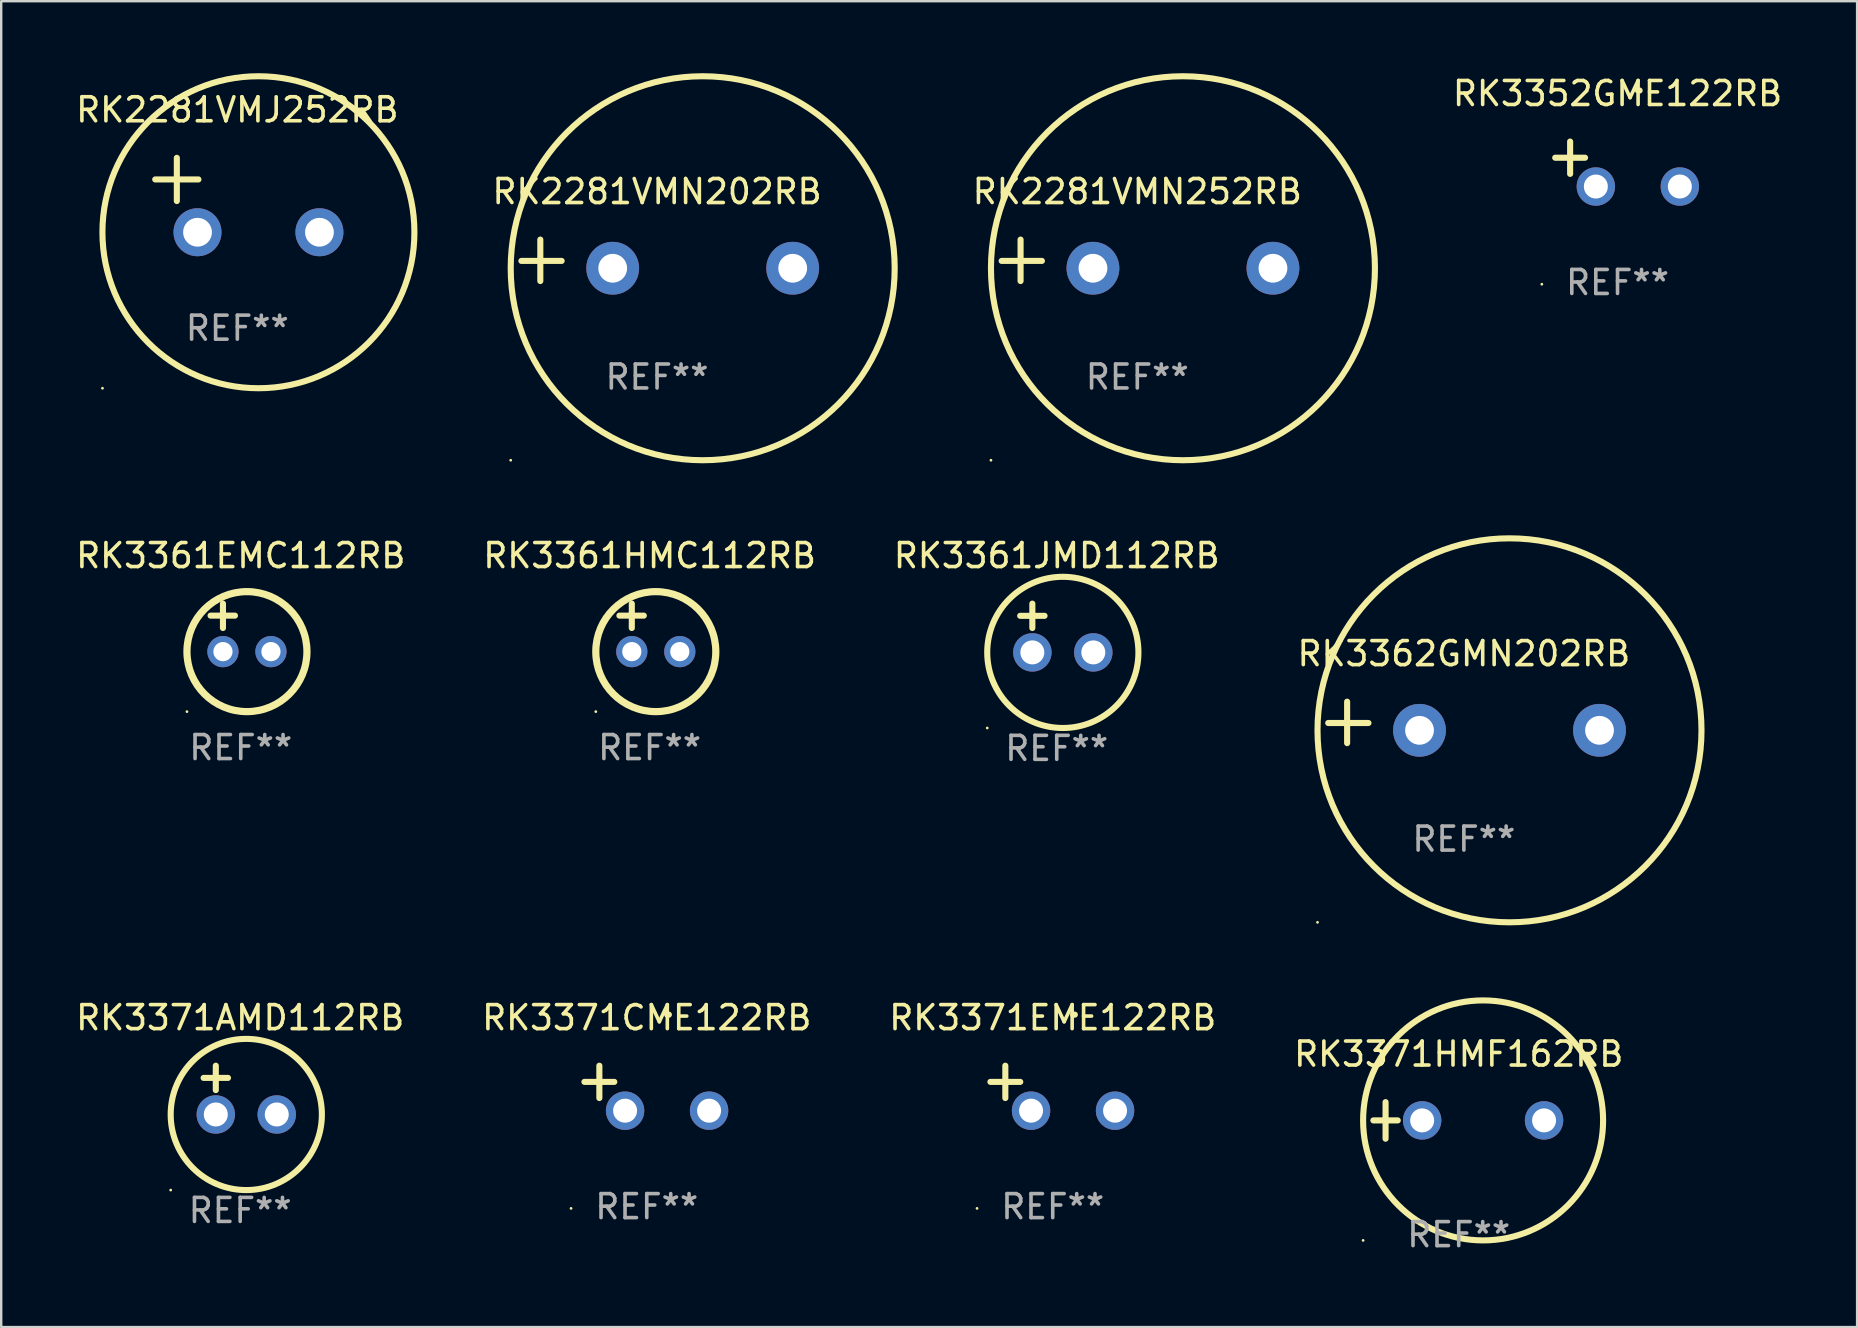
<source format=kicad_pcb>
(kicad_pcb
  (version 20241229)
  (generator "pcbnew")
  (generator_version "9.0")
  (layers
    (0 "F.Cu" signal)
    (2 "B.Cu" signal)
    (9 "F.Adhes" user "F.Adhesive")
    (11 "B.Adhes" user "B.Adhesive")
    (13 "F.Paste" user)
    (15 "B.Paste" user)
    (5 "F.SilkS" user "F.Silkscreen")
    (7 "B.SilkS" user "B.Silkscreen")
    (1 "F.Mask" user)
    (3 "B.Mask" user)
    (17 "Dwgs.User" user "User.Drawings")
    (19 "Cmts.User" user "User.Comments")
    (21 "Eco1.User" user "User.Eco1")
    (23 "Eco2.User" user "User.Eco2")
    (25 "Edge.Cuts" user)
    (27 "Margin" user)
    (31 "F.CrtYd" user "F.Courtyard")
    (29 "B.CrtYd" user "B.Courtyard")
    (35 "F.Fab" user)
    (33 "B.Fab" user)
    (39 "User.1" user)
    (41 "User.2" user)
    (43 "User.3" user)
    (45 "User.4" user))
  (footprint "RK3362GMN202RB"
    (layer "F.Cu")
    (at 57.946 27.051)
    (property "Reference" "RK3362GMN202RB" (at 0 -2.864 0) (layer "F.SilkS") (effects (font (size 1 1) (thickness 0.15))))
    (attr through_hole)
    (fp_line (start -4.864 0.864) (end -4.864 -0.864) (stroke (width 0.254) (type solid)) (layer "F.SilkS"))
    (fp_line (start -3.975 0.025) (end -5.652 0.025) (stroke (width 0.254) (type solid)) (layer "F.SilkS"))
    (fp_circle (center -6.098 8.33) (end -6.068 8.33) (stroke (width 0.06) (type solid)) (fill no) (layer "F.SilkS"))
    (fp_circle (center 1.902 0.33) (end 9.902 0.33) (stroke (width 0.254) (type solid)) (fill no) (layer "F.SilkS"))
    (fp_text user "REF**" (at 0 4.864 0) (layer "F.Fab") (effects (font (size 1 1) (thickness 0.15))))
    (pad "1" thru_hole circle (at -1.848 0.33) (size 2.2 2.2) (drill 1.2) (layers "*.Cu" "*.Mask"))
    (pad "2" thru_hole circle (at 5.652 0.33) (size 2.2 2.2) (drill 1.2) (layers "*.Cu" "*.Mask")))
  (footprint "RK2281VMJ252RB"
    (layer "F.Cu")
    (at 6.839 5.077)
    (property "Reference" "RK2281VMJ252RB" (at 0 -3.55 0) (layer "F.SilkS") (effects (font (size 1 1) (thickness 0.15))))
    (attr through_hole)
    (fp_line (start -3.421 -0.65) (end -1.621 -0.65) (stroke (width 0.254) (type solid)) (layer "F.SilkS"))
    (fp_line (start -2.521 -1.55) (end -2.521 0.25) (stroke (width 0.254) (type solid)) (layer "F.SilkS"))
    (fp_circle (center -5.619 8.05) (end -5.589 8.05) (stroke (width 0.06) (type solid)) (fill no) (layer "F.SilkS"))
    (fp_circle (center 0.879 1.55) (end 7.379 1.55) (stroke (width 0.254) (type solid)) (fill no) (layer "F.SilkS"))
    (fp_text user "REF**" (at 0 5.55 0) (layer "F.Fab") (effects (font (size 1 1) (thickness 0.15))))
    (pad "1" thru_hole circle (at -1.659 1.55) (size 2 2) (drill 1.2) (layers "*.Cu" "*.Mask"))
    (pad "2" thru_hole circle (at 3.421 1.55) (size 2 2) (drill 1.2) (layers "*.Cu" "*.Mask")))
  (footprint "RK3352GME122RB"
    (layer "F.Cu")
    (at 64.349 3.785)
    (property "Reference" "RK3352GME122RB" (at 0 -2.937 0) (layer "F.SilkS") (effects (font (size 1 1) (thickness 0.15))))
    (attr through_hole)
    (fp_line (start -1.975 0.41) (end -1.975 -0.937) (stroke (width 0.254) (type solid)) (layer "F.SilkS"))
    (fp_line (start -1.353 -0.263) (end -2.597 -0.263) (stroke (width 0.254) (type solid)) (layer "F.SilkS"))
    (fp_arc (start 0.849809 -3.063957) (mid 0.885369 -3.064114) (end 0.920929 -3.063957) (stroke (width 0.254001) (type solid)) (layer "F.SilkS"))
    (fp_circle (center -3.154 5.008) (end -3.124 5.008) (stroke (width 0.06) (type solid)) (fill no) (layer "F.SilkS"))
    (fp_text user "REF**" (at 0 4.937 0) (layer "F.Fab") (effects (font (size 1 1) (thickness 0.15))))
    (pad "1" thru_hole circle (at -0.903 0.937) (size 1.6 1.6) (drill 1) (layers "*.Cu" "*.Mask"))
    (pad "2" thru_hole circle (at 2.597 0.937) (size 1.6 1.6) (drill 1) (layers "*.Cu" "*.Mask")))
  (footprint "RK3371CME122RB"
    (layer "F.Cu")
    (at 23.899 42.293)
    (property "Reference" "RK3371CME122RB" (at 0 -2.937 0) (layer "F.SilkS") (effects (font (size 1 1) (thickness 0.15))))
    (attr through_hole)
    (fp_line (start -1.975 0.41) (end -1.975 -0.937) (stroke (width 0.254) (type solid)) (layer "F.SilkS"))
    (fp_line (start -1.353 -0.263) (end -2.597 -0.263) (stroke (width 0.254) (type solid)) (layer "F.SilkS"))
    (fp_arc (start 0.849809 -3.063957) (mid 0.885369 -3.064114) (end 0.920929 -3.063957) (stroke (width 0.254001) (type solid)) (layer "F.SilkS"))
    (fp_circle (center -3.154 5.008) (end -3.124 5.008) (stroke (width 0.06) (type solid)) (fill no) (layer "F.SilkS"))
    (fp_text user "REF**" (at 0 4.937 0) (layer "F.Fab") (effects (font (size 1 1) (thickness 0.15))))
    (pad "1" thru_hole circle (at -0.903 0.937) (size 1.6 1.6) (drill 1) (layers "*.Cu" "*.Mask"))
    (pad "2" thru_hole circle (at 2.597 0.937) (size 1.6 1.6) (drill 1) (layers "*.Cu" "*.Mask")))
  (footprint "RK3361HMC112RB"
    (layer "F.Cu")
    (at 24.018 23.102)
    (property "Reference" "RK3361HMC112RB" (at 0 -3 0) (layer "F.SilkS") (effects (font (size 1 1) (thickness 0.15))))
    (attr through_hole)
    (fp_line (start -1.258 -0.5) (end -0.242 -0.5) (stroke (width 0.254) (type solid)) (layer "F.SilkS"))
    (fp_line (start -0.742 -1) (end -0.742 0.016) (stroke (width 0.254) (type solid)) (layer "F.SilkS"))
    (fp_circle (center -2.242 3.5) (end -2.212 3.5) (stroke (width 0.06) (type solid)) (fill no) (layer "F.SilkS"))
    (fp_circle (center 0.258 1) (end 2.758 1) (stroke (width 0.3) (type solid)) (fill no) (layer "F.SilkS"))
    (fp_text user "REF**" (at 0 5 0) (layer "F.Fab") (effects (font (size 1 1) (thickness 0.15))))
    (pad "1" thru_hole circle (at -0.742 1) (size 1.3 1.3) (drill 0.8) (layers "*.Cu" "*.Mask"))
    (pad "2" thru_hole circle (at 1.258 1) (size 1.3 1.3) (drill 0.8) (layers "*.Cu" "*.Mask")))
  (footprint "RK3371EME122RB"
    (layer "F.Cu")
    (at 40.815 42.293)
    (property "Reference" "RK3371EME122RB" (at 0 -2.937 0) (layer "F.SilkS") (effects (font (size 1 1) (thickness 0.15))))
    (attr through_hole)
    (fp_line (start -1.975 0.41) (end -1.975 -0.937) (stroke (width 0.254) (type solid)) (layer "F.SilkS"))
    (fp_line (start -1.353 -0.263) (end -2.597 -0.263) (stroke (width 0.254) (type solid)) (layer "F.SilkS"))
    (fp_arc (start 0.849809 -3.063957) (mid 0.885369 -3.064114) (end 0.920929 -3.063957) (stroke (width 0.254001) (type solid)) (layer "F.SilkS"))
    (fp_circle (center -3.154 5.008) (end -3.124 5.008) (stroke (width 0.06) (type solid)) (fill no) (layer "F.SilkS"))
    (fp_text user "REF**" (at 0 4.937 0) (layer "F.Fab") (effects (font (size 1 1) (thickness 0.15))))
    (pad "1" thru_hole circle (at -0.903 0.937) (size 1.6 1.6) (drill 1) (layers "*.Cu" "*.Mask"))
    (pad "2" thru_hole circle (at 2.597 0.937) (size 1.6 1.6) (drill 1) (layers "*.Cu" "*.Mask")))
  (footprint "RK3371HMF162RB"
    (layer "F.Cu")
    (at 57.732 43.635)
    (property "Reference" "RK3371HMF162RB" (at 0 -2.762 0) (layer "F.SilkS") (effects (font (size 1 1) (thickness 0.15))))
    (attr through_hole)
    (fp_line (start -3.556 0) (end -2.54 0) (stroke (width 0.254) (type solid)) (layer "F.SilkS"))
    (fp_line (start -3.048 -0.762) (end -3.048 0.762) (stroke (width 0.254) (type solid)) (layer "F.SilkS"))
    (fp_circle (center -3.984 5) (end -3.954 5) (stroke (width 0.06) (type solid)) (fill no) (layer "F.SilkS"))
    (fp_circle (center 1.016 0) (end 6.016 0) (stroke (width 0.254) (type solid)) (fill no) (layer "F.SilkS"))
    (fp_text user "REF**" (at 0 4.762 0) (layer "F.Fab") (effects (font (size 1 1) (thickness 0.15))))
    (pad "1" thru_hole circle (at -1.524 0) (size 1.6 1.6) (drill 1) (layers "*.Cu" "*.Mask"))
    (pad "2" thru_hole circle (at 3.556 0) (size 1.6 1.6) (drill 1) (layers "*.Cu" "*.Mask")))
  (footprint "RK2281VMN252RB"
    (layer "F.Cu")
    (at 44.339 7.797)
    (property "Reference" "RK2281VMN252RB" (at 0 -2.864 0) (layer "F.SilkS") (effects (font (size 1 1) (thickness 0.15))))
    (attr through_hole)
    (fp_line (start -4.864 0.864) (end -4.864 -0.864) (stroke (width 0.254) (type solid)) (layer "F.SilkS"))
    (fp_line (start -3.975 0.025) (end -5.652 0.025) (stroke (width 0.254) (type solid)) (layer "F.SilkS"))
    (fp_circle (center -6.098 8.33) (end -6.068 8.33) (stroke (width 0.06) (type solid)) (fill no) (layer "F.SilkS"))
    (fp_circle (center 1.902 0.33) (end 9.902 0.33) (stroke (width 0.254) (type solid)) (fill no) (layer "F.SilkS"))
    (fp_text user "REF**" (at 0 4.864 0) (layer "F.Fab") (effects (font (size 1 1) (thickness 0.15))))
    (pad "1" thru_hole circle (at -1.848 0.33) (size 2.2 2.2) (drill 1.2) (layers "*.Cu" "*.Mask"))
    (pad "2" thru_hole circle (at 5.652 0.33) (size 2.2 2.2) (drill 1.2) (layers "*.Cu" "*.Mask")))
  (footprint "RK3371AMD112RB"
    (layer "F.Cu")
    (at 6.958 42.372)
    (property "Reference" "RK3371AMD112RB" (at 0 -3.016 0) (layer "F.SilkS") (effects (font (size 1 1) (thickness 0.15))))
    (attr through_hole)
    (fp_line (start -1.524 -0.508) (end -0.508 -0.508) (stroke (width 0.254) (type solid)) (layer "F.SilkS"))
    (fp_line (start -1.016 -1.016) (end -1.016 0) (stroke (width 0.254) (type solid)) (layer "F.SilkS"))
    (fp_circle (center -2.896 4.166) (end -2.866 4.166) (stroke (width 0.06) (type solid)) (fill no) (layer "F.SilkS"))
    (fp_circle (center 0.254 1.016) (end 3.404 1.016) (stroke (width 0.254) (type solid)) (fill no) (layer "F.SilkS"))
    (fp_text user "REF**" (at 0 5.016 0) (layer "F.Fab") (effects (font (size 1 1) (thickness 0.15))))
    (pad "1" thru_hole circle (at -1.016 1.016) (size 1.6 1.6) (drill 1) (layers "*.Cu" "*.Mask"))
    (pad "2" thru_hole circle (at 1.524 1.016) (size 1.6 1.6) (drill 1) (layers "*.Cu" "*.Mask")))
  (footprint "RK2281VMN202RB"
    (layer "F.Cu")
    (at 24.328 7.797)
    (property "Reference" "RK2281VMN202RB" (at 0 -2.864 0) (layer "F.SilkS") (effects (font (size 1 1) (thickness 0.15))))
    (attr through_hole)
    (fp_line (start -4.864 0.864) (end -4.864 -0.864) (stroke (width 0.254) (type solid)) (layer "F.SilkS"))
    (fp_line (start -3.975 0.025) (end -5.652 0.025) (stroke (width 0.254) (type solid)) (layer "F.SilkS"))
    (fp_circle (center -6.098 8.33) (end -6.068 8.33) (stroke (width 0.06) (type solid)) (fill no) (layer "F.SilkS"))
    (fp_circle (center 1.902 0.33) (end 9.902 0.33) (stroke (width 0.254) (type solid)) (fill no) (layer "F.SilkS"))
    (fp_text user "REF**" (at 0 4.864 0) (layer "F.Fab") (effects (font (size 1 1) (thickness 0.15))))
    (pad "1" thru_hole circle (at -1.848 0.33) (size 2.2 2.2) (drill 1.2) (layers "*.Cu" "*.Mask"))
    (pad "2" thru_hole circle (at 5.652 0.33) (size 2.2 2.2) (drill 1.2) (layers "*.Cu" "*.Mask")))
  (footprint "RK3361EMC112RB"
    (layer "F.Cu")
    (at 6.982 23.102)
    (property "Reference" "RK3361EMC112RB" (at 0 -3 0) (layer "F.SilkS") (effects (font (size 1 1) (thickness 0.15))))
    (attr through_hole)
    (fp_line (start -1.258 -0.5) (end -0.242 -0.5) (stroke (width 0.254) (type solid)) (layer "F.SilkS"))
    (fp_line (start -0.742 -1) (end -0.742 0.016) (stroke (width 0.254) (type solid)) (layer "F.SilkS"))
    (fp_circle (center -2.242 3.5) (end -2.212 3.5) (stroke (width 0.06) (type solid)) (fill no) (layer "F.SilkS"))
    (fp_circle (center 0.258 1) (end 2.758 1) (stroke (width 0.3) (type solid)) (fill no) (layer "F.SilkS"))
    (fp_text user "REF**" (at 0 5 0) (layer "F.Fab") (effects (font (size 1 1) (thickness 0.15))))
    (pad "1" thru_hole circle (at -0.742 1) (size 1.3 1.3) (drill 0.8) (layers "*.Cu" "*.Mask"))
    (pad "2" thru_hole circle (at 1.258 1) (size 1.3 1.3) (drill 0.8) (layers "*.Cu" "*.Mask")))
  (footprint "RK3361JMD112RB"
    (layer "F.Cu")
    (at 40.982 23.118)
    (property "Reference" "RK3361JMD112RB" (at 0 -3.016 0) (layer "F.SilkS") (effects (font (size 1 1) (thickness 0.15))))
    (attr through_hole)
    (fp_line (start -1.524 -0.508) (end -0.508 -0.508) (stroke (width 0.254) (type solid)) (layer "F.SilkS"))
    (fp_line (start -1.016 -1.016) (end -1.016 0) (stroke (width 0.254) (type solid)) (layer "F.SilkS"))
    (fp_circle (center -2.896 4.166) (end -2.866 4.166) (stroke (width 0.06) (type solid)) (fill no) (layer "F.SilkS"))
    (fp_circle (center 0.254 1.016) (end 3.404 1.016) (stroke (width 0.254) (type solid)) (fill no) (layer "F.SilkS"))
    (fp_text user "REF**" (at 0 5.016 0) (layer "F.Fab") (effects (font (size 1 1) (thickness 0.15))))
    (pad "1" thru_hole circle (at -1.016 1.016) (size 1.6 1.6) (drill 1) (layers "*.Cu" "*.Mask"))
    (pad "2" thru_hole circle (at 1.524 1.016) (size 1.6 1.6) (drill 1) (layers "*.Cu" "*.Mask")))
  (gr_rect
    (start -3 -3)
    (end 74.332 52.245)
    (stroke (width 0.1) (type default))
    (fill no)
    (layer "Edge.Cuts")))
</source>
